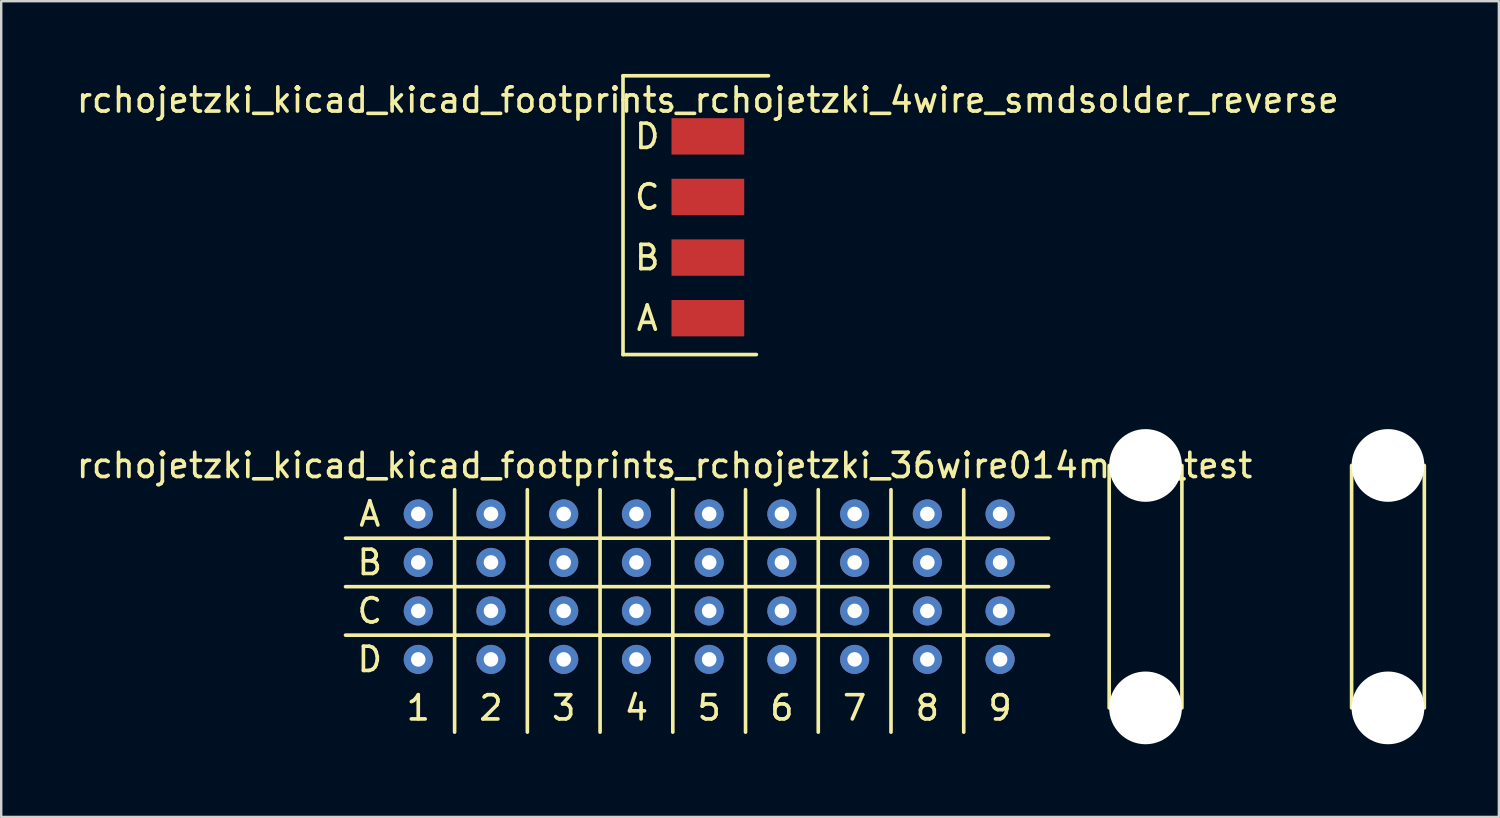
<source format=kicad_pcb>
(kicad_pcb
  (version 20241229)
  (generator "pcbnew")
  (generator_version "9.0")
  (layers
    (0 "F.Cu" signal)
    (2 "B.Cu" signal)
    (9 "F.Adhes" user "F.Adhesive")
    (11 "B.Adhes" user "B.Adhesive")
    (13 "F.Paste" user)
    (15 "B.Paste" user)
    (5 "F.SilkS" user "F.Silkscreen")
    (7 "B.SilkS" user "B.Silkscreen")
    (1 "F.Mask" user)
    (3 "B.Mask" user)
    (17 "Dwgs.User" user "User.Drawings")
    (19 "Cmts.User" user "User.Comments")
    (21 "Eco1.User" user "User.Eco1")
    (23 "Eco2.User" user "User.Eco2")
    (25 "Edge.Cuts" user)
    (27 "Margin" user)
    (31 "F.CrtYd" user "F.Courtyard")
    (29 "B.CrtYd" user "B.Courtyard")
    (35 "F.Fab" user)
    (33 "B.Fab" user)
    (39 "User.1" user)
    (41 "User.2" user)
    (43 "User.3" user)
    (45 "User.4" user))
  (footprint "rchojetzki_kicad_kicad_footprints_rchojetzki_4wire_smdsolder_reverse"
    (layer "F.Cu")
    (at 26.149 2.575)
    (property "Reference" "rchojetzki_kicad_kicad_footprints_rchojetzki_4wire_smdsolder_reverse" (at 0 -1.5 0) (layer "F.SilkS") (effects (font (size 1 1) (thickness 0.15))))
    (attr through_hole)
    (fp_line (start -3.5 -2.5) (end -3.5 -1.5) (stroke (width 0.15) (type solid)) (layer "F.SilkS"))
    (fp_line (start -3.5 -1.5) (end -3.5 9) (stroke (width 0.15) (type solid)) (layer "F.SilkS"))
    (fp_line (start -3.5 9) (end 2 9) (stroke (width 0.15) (type solid)) (layer "F.SilkS"))
    (fp_line (start 2.5 -2.5) (end -3.5 -2.5) (stroke (width 0.15) (type solid)) (layer "F.SilkS"))
    (fp_text user "A" (at -2.5 7.5 0) (layer "F.SilkS") (effects (font (size 1 1) (thickness 0.15))))
    (fp_text user "B" (at -2.5 5 0) (layer "F.SilkS") (effects (font (size 1 1) (thickness 0.15))))
    (fp_text user "C" (at -2.5 2.5 0) (layer "F.SilkS") (effects (font (size 1 1) (thickness 0.15))))
    (fp_text user "D" (at -2.5 0 0) (layer "F.SilkS") (effects (font (size 1 1) (thickness 0.15))))
    (pad "1" smd rect (at 0 7.5) (size 3 1.5) (layers "F.Cu" "F.Mask" "F.Paste"))
    (pad "2" smd rect (at 0 5) (size 3 1.5) (layers "F.Cu" "F.Mask" "F.Paste"))
    (pad "3" smd rect (at 0 2.5) (size 3 1.5) (layers "F.Cu" "F.Mask" "F.Paste"))
    (pad "4" smd rect (at 0 0) (size 3 1.5) (layers "F.Cu" "F.Mask" "F.Paste")))
  (footprint "rchojetzki_kicad_kicad_footprints_rchojetzki_36wire014mm2_test"
    (layer "F.Cu")
    (at 14.203 18.15)
    (property "Reference" "rchojetzki_kicad_kicad_footprints_rchojetzki_36wire014mm2_test" (at 10.16 -2 0) (layer "F.SilkS") (effects (font (size 1 1) (thickness 0.15))))
    (attr through_hole)
    (fp_line (start -3 1) (end 26 1) (stroke (width 0.15) (type solid)) (layer "F.SilkS"))
    (fp_line (start -3 3) (end 26 3) (stroke (width 0.15) (type solid)) (layer "F.SilkS"))
    (fp_line (start -3 5) (end 26 5) (stroke (width 0.15) (type solid)) (layer "F.SilkS"))
    (fp_line (start 1.5 -1) (end 1.5 9) (stroke (width 0.15) (type solid)) (layer "F.SilkS"))
    (fp_line (start 4.5 -1) (end 4.5 9) (stroke (width 0.15) (type solid)) (layer "F.SilkS"))
    (fp_line (start 7.5 -1) (end 7.5 9) (stroke (width 0.15) (type solid)) (layer "F.SilkS"))
    (fp_line (start 10.5 -1) (end 10.5 9) (stroke (width 0.15) (type solid)) (layer "F.SilkS"))
    (fp_line (start 13.5 -1) (end 13.5 9) (stroke (width 0.15) (type solid)) (layer "F.SilkS"))
    (fp_line (start 16.5 -1) (end 16.5 9) (stroke (width 0.15) (type solid)) (layer "F.SilkS"))
    (fp_line (start 19.5 -1) (end 19.5 9) (stroke (width 0.15) (type solid)) (layer "F.SilkS"))
    (fp_line (start 22.5 -1) (end 22.5 9) (stroke (width 0.15) (type solid)) (layer "F.SilkS"))
    (fp_line (start 28.5 -2) (end 28.5 8) (stroke (width 0.15) (type solid)) (layer "F.SilkS"))
    (fp_line (start 31.5 -2) (end 31.5 8) (stroke (width 0.15) (type solid)) (layer "F.SilkS"))
    (fp_line (start 38.5 -2) (end 38.5 8) (stroke (width 0.15) (type solid)) (layer "F.SilkS"))
    (fp_line (start 41.5 -2) (end 41.5 8) (stroke (width 0.15) (type solid)) (layer "F.SilkS"))
    (fp_text user "D" (at -2 6 0) (layer "F.SilkS") (effects (font (size 1 1) (thickness 0.15))))
    (fp_text user "C" (at -2 4 0) (layer "F.SilkS") (effects (font (size 1 1) (thickness 0.15))))
    (fp_text user "B" (at -2 2 0) (layer "F.SilkS") (effects (font (size 1 1) (thickness 0.15))))
    (fp_text user "A" (at -2 0 0) (layer "F.SilkS") (effects (font (size 1 1) (thickness 0.15))))
    (fp_text user "1" (at 0 8 0) (layer "F.SilkS") (effects (font (size 1 1) (thickness 0.15))))
    (fp_text user "4" (at 9 8 0) (layer "F.SilkS") (effects (font (size 1 1) (thickness 0.15))))
    (fp_text user "6" (at 15 8 0) (layer "F.SilkS") (effects (font (size 1 1) (thickness 0.15))))
    (fp_text user "9" (at 24 8 0) (layer "F.SilkS") (effects (font (size 1 1) (thickness 0.15))))
    (fp_text user "5" (at 12 8 0) (layer "F.SilkS") (effects (font (size 1 1) (thickness 0.15))))
    (fp_text user "3" (at 6 8 0) (layer "F.SilkS") (effects (font (size 1 1) (thickness 0.15))))
    (fp_text user "2" (at 3 8 0) (layer "F.SilkS") (effects (font (size 1 1) (thickness 0.15))))
    (fp_text user "8" (at 21 8 0) (layer "F.SilkS") (effects (font (size 1 1) (thickness 0.15))))
    (fp_text user "7" (at 18 8 0) (layer "F.SilkS") (effects (font (size 1 1) (thickness 0.15))))
    (pad "" np_thru_hole circle (at 30 -2) (size 3 3) (drill 3) (layers "*.Cu" "*.Mask"))
    (pad "" np_thru_hole circle (at 30 8) (size 3 3) (drill 3) (layers "*.Cu" "*.Mask"))
    (pad "" np_thru_hole circle (at 40 -2) (size 3 3) (drill 3) (layers "*.Cu" "*.Mask"))
    (pad "" np_thru_hole circle (at 40 8) (size 3 3) (drill 3) (layers "*.Cu" "*.Mask"))
    (pad "1" thru_hole circle (at 0 0) (size 1.2 1.2) (drill 0.6) (layers "*.Cu" "*.Mask"))
    (pad "2" thru_hole circle (at 0 2) (size 1.2 1.2) (drill 0.6) (layers "*.Cu" "*.Mask"))
    (pad "3" thru_hole circle (at 0 4) (size 1.2 1.2) (drill 0.6) (layers "*.Cu" "*.Mask"))
    (pad "4" thru_hole circle (at 0 6) (size 1.2 1.2) (drill 0.6) (layers "*.Cu" "*.Mask"))
    (pad "5" thru_hole circle (at 3 0) (size 1.2 1.2) (drill 0.6) (layers "*.Cu" "*.Mask"))
    (pad "6" thru_hole circle (at 3 2) (size 1.2 1.2) (drill 0.6) (layers "*.Cu" "*.Mask"))
    (pad "7" thru_hole circle (at 3 4) (size 1.2 1.2) (drill 0.6) (layers "*.Cu" "*.Mask"))
    (pad "8" thru_hole circle (at 3 6) (size 1.2 1.2) (drill 0.6) (layers "*.Cu" "*.Mask"))
    (pad "9" thru_hole circle (at 6 0) (size 1.2 1.2) (drill 0.6) (layers "*.Cu" "*.Mask"))
    (pad "10" thru_hole circle (at 6 2) (size 1.2 1.2) (drill 0.6) (layers "*.Cu" "*.Mask"))
    (pad "11" thru_hole circle (at 6 4) (size 1.2 1.2) (drill 0.6) (layers "*.Cu" "*.Mask"))
    (pad "12" thru_hole circle (at 6 6) (size 1.2 1.2) (drill 0.6) (layers "*.Cu" "*.Mask"))
    (pad "13" thru_hole circle (at 9 0) (size 1.2 1.2) (drill 0.6) (layers "*.Cu" "*.Mask"))
    (pad "14" thru_hole circle (at 9 2) (size 1.2 1.2) (drill 0.6) (layers "*.Cu" "*.Mask"))
    (pad "15" thru_hole circle (at 9 4) (size 1.2 1.2) (drill 0.6) (layers "*.Cu" "*.Mask"))
    (pad "16" thru_hole circle (at 9 6) (size 1.2 1.2) (drill 0.6) (layers "*.Cu" "*.Mask"))
    (pad "17" thru_hole circle (at 12 0) (size 1.2 1.2) (drill 0.6) (layers "*.Cu" "*.Mask"))
    (pad "18" thru_hole circle (at 12 2) (size 1.2 1.2) (drill 0.6) (layers "*.Cu" "*.Mask"))
    (pad "19" thru_hole circle (at 12 4) (size 1.2 1.2) (drill 0.6) (layers "*.Cu" "*.Mask"))
    (pad "20" thru_hole circle (at 12 6) (size 1.2 1.2) (drill 0.6) (layers "*.Cu" "*.Mask"))
    (pad "21" thru_hole circle (at 15 0) (size 1.2 1.2) (drill 0.6) (layers "*.Cu" "*.Mask"))
    (pad "22" thru_hole circle (at 15 2) (size 1.2 1.2) (drill 0.6) (layers "*.Cu" "*.Mask"))
    (pad "23" thru_hole circle (at 15 4) (size 1.2 1.2) (drill 0.6) (layers "*.Cu" "*.Mask"))
    (pad "24" thru_hole circle (at 15 6) (size 1.2 1.2) (drill 0.6) (layers "*.Cu" "*.Mask"))
    (pad "25" thru_hole circle (at 18 0) (size 1.2 1.2) (drill 0.6) (layers "*.Cu" "*.Mask"))
    (pad "26" thru_hole circle (at 18 2) (size 1.2 1.2) (drill 0.6) (layers "*.Cu" "*.Mask"))
    (pad "27" thru_hole circle (at 18 4) (size 1.2 1.2) (drill 0.6) (layers "*.Cu" "*.Mask"))
    (pad "28" thru_hole circle (at 18 6) (size 1.2 1.2) (drill 0.6) (layers "*.Cu" "*.Mask"))
    (pad "29" thru_hole circle (at 21 0) (size 1.2 1.2) (drill 0.6) (layers "*.Cu" "*.Mask"))
    (pad "30" thru_hole circle (at 21 2) (size 1.2 1.2) (drill 0.6) (layers "*.Cu" "*.Mask"))
    (pad "31" thru_hole circle (at 21 4) (size 1.2 1.2) (drill 0.6) (layers "*.Cu" "*.Mask"))
    (pad "32" thru_hole circle (at 21 6) (size 1.2 1.2) (drill 0.6) (layers "*.Cu" "*.Mask"))
    (pad "33" thru_hole circle (at 24 0) (size 1.2 1.2) (drill 0.6) (layers "*.Cu" "*.Mask"))
    (pad "34" thru_hole circle (at 24 2) (size 1.2 1.2) (drill 0.6) (layers "*.Cu" "*.Mask"))
    (pad "35" thru_hole circle (at 24 4) (size 1.2 1.2) (drill 0.6) (layers "*.Cu" "*.Mask"))
    (pad "36" thru_hole circle (at 24 6) (size 1.2 1.2) (drill 0.6) (layers "*.Cu" "*.Mask")))
  (gr_rect
    (start -3 -3)
    (end 58.778 30.65)
    (stroke (width 0.1) (type default))
    (fill no)
    (layer "Edge.Cuts")))
</source>
